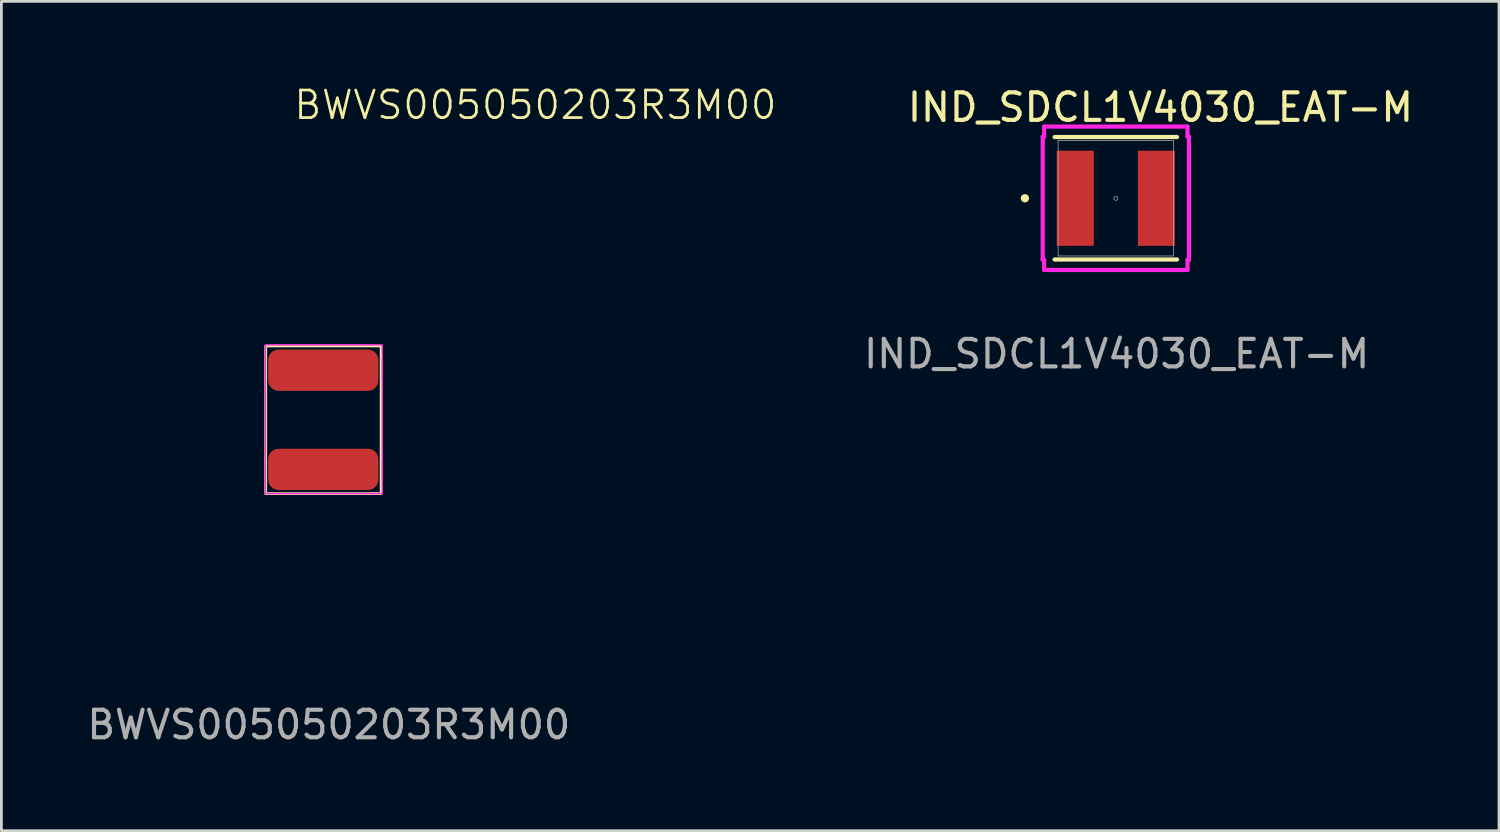
<source format=kicad_pcb>
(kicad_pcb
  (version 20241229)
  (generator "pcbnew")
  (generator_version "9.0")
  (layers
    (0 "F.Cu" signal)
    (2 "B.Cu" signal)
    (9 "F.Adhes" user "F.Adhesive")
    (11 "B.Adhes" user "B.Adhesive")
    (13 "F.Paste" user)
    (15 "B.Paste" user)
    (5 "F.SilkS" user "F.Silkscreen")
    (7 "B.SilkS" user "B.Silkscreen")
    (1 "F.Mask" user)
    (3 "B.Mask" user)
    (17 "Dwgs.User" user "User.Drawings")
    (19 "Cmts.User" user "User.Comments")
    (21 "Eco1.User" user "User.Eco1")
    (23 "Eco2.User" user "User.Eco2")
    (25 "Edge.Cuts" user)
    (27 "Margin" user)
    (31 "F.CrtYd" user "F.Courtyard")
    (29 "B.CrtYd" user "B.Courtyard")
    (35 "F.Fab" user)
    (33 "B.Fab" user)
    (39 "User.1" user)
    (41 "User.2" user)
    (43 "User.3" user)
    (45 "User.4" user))
  (footprint "IND_SDCL1V4030_EAT-M"
    (layer "F.Cu")
    (at 37.46 4.148)
    (property "Reference" "IND_SDCL1V4030_EAT-M" (at 1.62 -3.3 0) (unlocked yes) (layer "F.SilkS") (effects (font (size 1 1) (thickness 0.15))))
    (attr smd)
    (fp_line (start -2.223 2.223) (end 2.223 2.223) (stroke (width 0.152) (type solid)) (layer "F.SilkS"))
    (fp_line (start 2.223 -2.223) (end -2.223 -2.223) (stroke (width 0.152) (type solid)) (layer "F.SilkS"))
    (fp_circle (center -3.302 0) (end -3.226 0) (stroke (width 0.152) (type solid)) (fill no) (layer "F.SilkS"))
    (fp_line (start -2.654 -2.235) (end -2.603 -2.235) (stroke (width 0.152) (type solid)) (layer "F.CrtYd"))
    (fp_line (start -2.654 2.235) (end -2.654 -2.235) (stroke (width 0.152) (type solid)) (layer "F.CrtYd"))
    (fp_line (start -2.654 2.235) (end -2.603 2.235) (stroke (width 0.152) (type solid)) (layer "F.CrtYd"))
    (fp_line (start -2.603 -2.603) (end 2.603 -2.603) (stroke (width 0.152) (type solid)) (layer "F.CrtYd"))
    (fp_line (start -2.603 -2.235) (end -2.603 -2.603) (stroke (width 0.152) (type solid)) (layer "F.CrtYd"))
    (fp_line (start -2.603 2.603) (end -2.603 2.235) (stroke (width 0.152) (type solid)) (layer "F.CrtYd"))
    (fp_line (start 2.603 -2.603) (end 2.603 -2.235) (stroke (width 0.152) (type solid)) (layer "F.CrtYd"))
    (fp_line (start 2.603 2.235) (end 2.603 2.603) (stroke (width 0.152) (type solid)) (layer "F.CrtYd"))
    (fp_line (start 2.603 2.603) (end -2.603 2.603) (stroke (width 0.152) (type solid)) (layer "F.CrtYd"))
    (fp_line (start 2.654 -2.235) (end 2.603 -2.235) (stroke (width 0.152) (type solid)) (layer "F.CrtYd"))
    (fp_line (start 2.654 -2.235) (end 2.654 2.235) (stroke (width 0.152) (type solid)) (layer "F.CrtYd"))
    (fp_line (start 2.654 2.235) (end 2.603 2.235) (stroke (width 0.152) (type solid)) (layer "F.CrtYd"))
    (fp_line (start -2.095 -2.095) (end -2.095 2.095) (stroke (width 0.025) (type solid)) (layer "F.Fab"))
    (fp_line (start -2.095 2.095) (end 2.095 2.095) (stroke (width 0.025) (type solid)) (layer "F.Fab"))
    (fp_line (start 2.095 -2.095) (end -2.095 -2.095) (stroke (width 0.025) (type solid)) (layer "F.Fab"))
    (fp_line (start 2.095 2.095) (end 2.095 -2.095) (stroke (width 0.025) (type solid)) (layer "F.Fab"))
    (fp_circle (center 0 0) (end 0.076 0) (stroke (width 0.025) (type solid)) (fill no) (layer "F.Fab"))
    (fp_text user "${REFERENCE}" (at 0.03 5.65 0) (unlocked yes) (layer "F.Fab") (effects (font (size 1 1) (thickness 0.15))))
    (pad "1" smd rect (at -1.473 0) (size 1.346 3.454) (layers "F.Cu" "F.Mask" "F.Paste"))
    (pad "2" smd rect (at 1.473 0) (size 1.346 3.454) (layers "F.Cu" "F.Mask" "F.Paste")))
  (footprint "BWVS005050203R3M00"
    (layer "F.Cu")
    (at 8.687 12.161)
    (property "Reference" "BWVS005050203R3M00" (at 7.7 -11.4 0) (unlocked yes) (layer "F.SilkS") (effects (font (size 1 1) (thickness 0.1))))
    (property "Field5" "" (at 0 0 0) (layer "F.CrtYd") (effects (font (size 1 1) (thickness 0.15))))
    (attr smd)
    (fp_rect (start -2.09 -2.65) (end 2.1 2.71) (stroke (width 0.1) (type default)) (fill no) (layer "F.SilkS"))
    (fp_rect (start -2.1 -2.69) (end 2.14 2.71) (stroke (width 0.05) (type default)) (fill no) (layer "F.CrtYd"))
    (fp_text user "${REFERENCE}" (at 0.2 11.1 0) (unlocked yes) (layer "F.Fab") (effects (font (size 1 1) (thickness 0.15))))
    (pad "1" smd roundrect (at 0 -1.77) (size 4 1.5) (layers "F.Cu" "F.Mask" "F.Paste") (roundrect_rratio 0.25))
    (pad "2" smd roundrect (at 0 1.83) (size 4 1.5) (layers "F.Cu" "F.Mask" "F.Paste") (roundrect_rratio 0.25)))
  (gr_rect
    (start -3 -3)
    (end 51.372 27.109)
    (stroke (width 0.1) (type default))
    (fill no)
    (layer "Edge.Cuts")))
</source>
